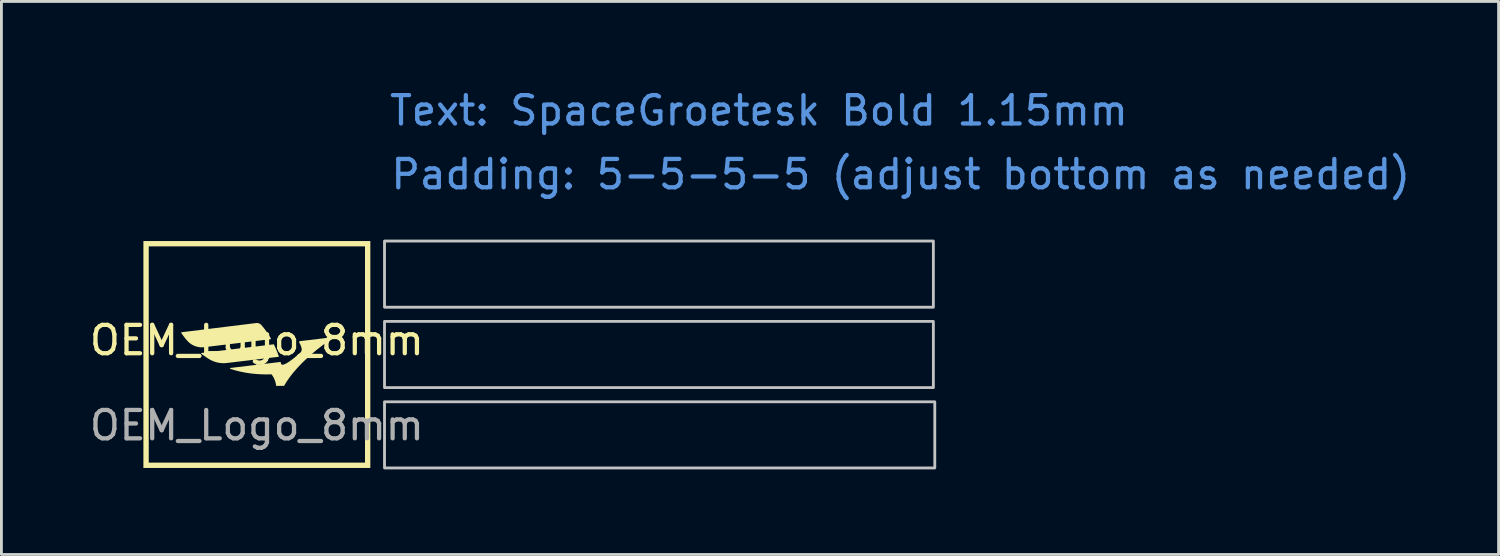
<source format=kicad_pcb>
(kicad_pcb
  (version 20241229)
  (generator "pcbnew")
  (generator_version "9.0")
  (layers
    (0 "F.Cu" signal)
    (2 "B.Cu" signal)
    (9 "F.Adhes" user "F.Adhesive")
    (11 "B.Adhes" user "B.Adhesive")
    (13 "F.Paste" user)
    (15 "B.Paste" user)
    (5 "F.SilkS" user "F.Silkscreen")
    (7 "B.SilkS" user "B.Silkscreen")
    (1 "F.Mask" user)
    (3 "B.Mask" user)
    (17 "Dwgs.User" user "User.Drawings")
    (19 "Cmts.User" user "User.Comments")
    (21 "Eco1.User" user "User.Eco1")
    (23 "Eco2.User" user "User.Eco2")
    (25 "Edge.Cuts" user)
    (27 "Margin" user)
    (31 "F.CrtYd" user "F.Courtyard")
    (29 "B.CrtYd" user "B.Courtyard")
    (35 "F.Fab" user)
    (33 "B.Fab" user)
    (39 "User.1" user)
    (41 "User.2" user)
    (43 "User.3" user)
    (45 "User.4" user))
  (footprint "OEM_Logo_8mm"
    (layer "F.Cu")
    (at 6.006 9.448)
    (property "Reference" "OEM_Logo_8mm" (at 0 -0.5 0) (unlocked yes) (layer "F.SilkS") (effects (font (size 1 1) (thickness 0.15))))
    (attr smd)
    (fp_poly (pts (xy 4 3.998) (xy -4 3.998) (xy -4 0.49) (xy -0.948 0.49) (xy -0.948 0.491) (xy -0.948 0.493) (xy -0.947 0.494) (xy -0.947 0.495) (xy -0.946 0.497) (xy -0.946 0.498) (xy -0.945 0.499) (xy -0.944 0.5) (xy -0.943 0.501) (xy -0.942 0.502) (xy -0.941 0.503) (xy -0.94 0.504) (xy -0.938 0.505) (xy -0.937 0.506) (xy -0.935 0.506) (xy -0.781 0.554) (xy -0.62 0.596) (xy -0.452 0.632) (xy -0.277 0.661) (xy -0.186 0.673) (xy -0.094 0.683) (xy 0.000041 0.691) (xy 0.096 0.697) (xy 0.194 0.701) (xy 0.294 0.703) (xy 0.395 0.703) (xy 0.499 0.7) (xy 0.501 0.7) (xy 0.503 0.7) (xy 0.505 0.7) (xy 0.506 0.701) (xy 0.508 0.701) (xy 0.51 0.702) (xy 0.511 0.702) (xy 0.511 0.702) (xy 0.512 0.702) (xy 0.513 0.703) (xy 0.514 0.703) (xy 0.514 0.704) (xy 0.515 0.704) (xy 0.516 0.704) (xy 0.517 0.705) (xy 0.517 0.705) (xy 0.518 0.706) (xy 0.52 0.707) (xy 0.521 0.709) (xy 0.522 0.71) (xy 0.523 0.711) (xy 0.539 0.732) (xy 0.559 0.763) (xy 0.582 0.802) (xy 0.594 0.824) (xy 0.606 0.849) (xy 0.618 0.874) (xy 0.629 0.902) (xy 0.64 0.931) (xy 0.649 0.961) (xy 0.658 0.992) (xy 0.665 1.025) (xy 0.67 1.059) (xy 0.674 1.093) (xy 0.674 1.094) (xy 0.674 1.095) (xy 0.674 1.096) (xy 0.674 1.097) (xy 0.675 1.097) (xy 0.675 1.098) (xy 0.676 1.099) (xy 0.676 1.1) (xy 0.677 1.101) (xy 0.678 1.101) (xy 0.678 1.102) (xy 0.679 1.103) (xy 0.68 1.104) (xy 0.682 1.105) (xy 0.684 1.106) (xy 0.685 1.107) (xy 0.687 1.108) (xy 0.688 1.109) (xy 0.69 1.11) (xy 0.691 1.11) (xy 0.945 1.11) (xy 0.945 1.11) (xy 0.946 1.11) (xy 0.947 1.11) (xy 0.947 1.11) (xy 0.948 1.11) (xy 0.948 1.11) (xy 0.949 1.11) (xy 0.95 1.109) (xy 0.95 1.109) (xy 0.951 1.109) (xy 0.951 1.109) (xy 0.952 1.109) (xy 0.952 1.108) (xy 0.953 1.108) (xy 0.953 1.108) (xy 0.953 1.108) (xy 0.954 1.107) (xy 0.954 1.107) (xy 0.955 1.106) (xy 0.956 1.105) (xy 0.957 1.105) (xy 0.957 1.104) (xy 0.958 1.103) (xy 0.959 1.102) (xy 0.96 1.101) (xy 1.004 1.025) (xy 1.051 0.95) (xy 1.101 0.876) (xy 1.153 0.803) (xy 1.264 0.66) (xy 1.382 0.522) (xy 1.505 0.389) (xy 1.631 0.261) (xy 1.758 0.14) (xy 1.885 0.026) (xy 2.009 -0.081) (xy 2.129 -0.18) (xy 2.349 -0.351) (xy 2.531 -0.483) (xy 2.659 -0.572) (xy 2.657 -0.572) (xy 2.658 -0.573) (xy 2.659 -0.574) (xy 2.66 -0.575) (xy 2.661 -0.577) (xy 2.662 -0.578) (xy 2.663 -0.579) (xy 2.663 -0.581) (xy 2.664 -0.582) (xy 2.664 -0.583) (xy 2.664 -0.585) (xy 2.664 -0.586) (xy 2.664 -0.587) (xy 2.664 -0.589) (xy 2.664 -0.59) (xy 2.663 -0.591) (xy 2.663 -0.593) (xy 2.662 -0.594) (xy 2.662 -0.595) (xy 2.661 -0.596) (xy 2.66 -0.597) (xy 2.659 -0.598) (xy 2.659 -0.599) (xy 2.658 -0.6) (xy 2.656 -0.601) (xy 2.655 -0.601) (xy 2.654 -0.602) (xy 2.653 -0.602) (xy 2.651 -0.602) (xy 2.65 -0.602) (xy 2.648 -0.602) (xy 2.647 -0.602) (xy 2.645 -0.602) (xy 1.524 -0.468) (xy 1.52 -0.468) (xy 1.517 -0.467) (xy 1.513 -0.467) (xy 1.51 -0.466) (xy 1.507 -0.465) (xy 1.505 -0.464) (xy 1.502 -0.463) (xy 1.5 -0.462) (xy 1.498 -0.46) (xy 1.496 -0.459) (xy 1.494 -0.457) (xy 1.493 -0.456) (xy 1.492 -0.454) (xy 1.49 -0.452) (xy 1.489 -0.45) (xy 1.489 -0.448) (xy 1.488 -0.447) (xy 1.487 -0.445) (xy 1.487 -0.443) (xy 1.487 -0.441) (xy 1.487 -0.438) (xy 1.487 -0.436) (xy 1.487 -0.434) (xy 1.487 -0.432) (xy 1.488 -0.43) (xy 1.488 -0.428) (xy 1.489 -0.426) (xy 1.49 -0.424) (xy 1.491 -0.422) (xy 1.492 -0.42) (xy 1.493 -0.418) (xy 1.494 -0.416) (xy 1.507 -0.393) (xy 1.516 -0.376) (xy 1.527 -0.353) (xy 1.539 -0.327) (xy 1.544 -0.311) (xy 1.55 -0.295) (xy 1.556 -0.277) (xy 1.562 -0.258) (xy 1.568 -0.238) (xy 1.573 -0.216) (xy 1.574 -0.211) (xy 1.576 -0.204) (xy 1.576 -0.196) (xy 1.577 -0.187) (xy 1.577 -0.178) (xy 1.577 -0.168) (xy 1.575 -0.157) (xy 1.573 -0.146) (xy 1.57 -0.135) (xy 1.566 -0.123) (xy 1.561 -0.111) (xy 1.558 -0.105) (xy 1.555 -0.099) (xy 1.551 -0.093) (xy 1.547 -0.087) (xy 1.543 -0.081) (xy 1.538 -0.075) (xy 1.533 -0.069) (xy 1.527 -0.063) (xy 1.521 -0.057) (xy 1.515 -0.051) (xy 1.402 0.047) (xy 1.304 0.127) (xy 1.25 0.169) (xy 1.193 0.211) (xy 1.137 0.251) (xy 1.081 0.287) (xy 1.029 0.318) (xy 0.98 0.341) (xy 0.957 0.35) (xy 0.936 0.357) (xy 0.917 0.36) (xy 0.899 0.362) (xy 0.884 0.36) (xy 0.871 0.355) (xy 0.86 0.347) (xy 0.852 0.335) (xy 0.835 0.269) (xy 0.835 0.269) (xy 0.835 0.268) (xy 0.835 0.268) (xy 0.834 0.267) (xy 0.834 0.267) (xy 0.834 0.266) (xy 0.833 0.266) (xy 0.833 0.266) (xy 0.832 0.266) (xy 0.832 0.265) (xy 0.831 0.265) (xy 0.831 0.265) (xy 0.831 0.265) (xy 0.83 0.264) (xy 0.829 0.264) (xy 0.828 0.264) (xy 0.827 0.264) (xy 0.826 0.264) (xy 0.826 0.264) (xy 0.825 0.263) (xy 0.824 0.263) (xy -0.935 0.474) (xy -0.936 0.474) (xy -0.938 0.475) (xy -0.939 0.475) (xy -0.94 0.476) (xy -0.941 0.477) (xy -0.942 0.477) (xy -0.943 0.478) (xy -0.944 0.479) (xy -0.945 0.48) (xy -0.946 0.481) (xy -0.946 0.482) (xy -0.947 0.484) (xy -0.947 0.485) (xy -0.947 0.486) (xy -0.948 0.487) (xy -0.948 0.489) (xy -0.948 0.49) (xy -4 0.49) (xy -4 -0.039) (xy -1.963 -0.039) (xy -1.963 -0.037) (xy -1.963 -0.036) (xy -1.962 -0.035) (xy -1.962 -0.034) (xy -1.962 -0.033) (xy -1.961 -0.032) (xy -1.961 -0.031) (xy -1.96 -0.03) (xy -1.959 -0.029) (xy -1.959 -0.028) (xy -1.958 -0.027) (xy -1.957 -0.026) (xy -1.925 -0.002) (xy -1.894 0.021) (xy -1.861 0.045) (xy -1.828 0.068) (xy -1.794 0.091) (xy -1.759 0.114) (xy -1.724 0.136) (xy -1.688 0.158) (xy -1.652 0.179) (xy -1.616 0.199) (xy -1.578 0.216) (xy -1.54 0.233) (xy -1.502 0.247) (xy -1.463 0.26) (xy -1.423 0.272) (xy -1.384 0.281) (xy -1.343 0.289) (xy -1.303 0.296) (xy -1.262 0.3) (xy -1.221 0.303) (xy -1.179 0.304) (xy -1.138 0.304) (xy -1.097 0.301) (xy -1.055 0.297) (xy 0.768 0.079) (xy 0.768 0.079) (xy 0.769 0.079) (xy 0.769 0.079) (xy 0.77 0.079) (xy 0.77 0.079) (xy 0.77 0.078) (xy 0.771 0.078) (xy 0.771 0.078) (xy 0.772 0.078) (xy 0.772 0.078) (xy 0.772 0.077) (xy 0.772 0.077) (xy 0.773 0.077) (xy 0.773 0.076) (xy 0.773 0.076) (xy 0.773 0.076) (xy 0.773 0.075) (xy 0.774 0.075) (xy 0.774 0.074) (xy 0.774 0.074) (xy 0.774 0.073) (xy 0.774 0.073) (xy 0.774 0.072) (xy 0.774 0.071) (xy 0.774 0.07) (xy 0.774 0.069) (xy 0.773 0.068) (xy 0.754 0.012) (xy 0.735 -0.042) (xy 0.714 -0.096) (xy 0.692 -0.15) (xy 0.67 -0.202) (xy 0.647 -0.254) (xy 0.624 -0.305) (xy 0.6 -0.356) (xy 0.6 -0.356) (xy 0.6 -0.356) (xy 0.6 -0.357) (xy 0.599 -0.357) (xy 0.599 -0.357) (xy 0.599 -0.357) (xy 0.598 -0.358) (xy 0.598 -0.358) (xy 0.598 -0.358) (xy 0.597 -0.358) (xy 0.597 -0.358) (xy 0.596 -0.358) (xy 0.596 -0.359) (xy 0.595 -0.359) (xy 0.594 -0.359) (xy 0.593 -0.359) (xy 0.593 -0.359) (xy 0.592 -0.359) (xy 0.591 -0.359) (xy 0.591 -0.359) (xy -1.947 -0.056) (xy -1.949 -0.056) (xy -1.95 -0.056) (xy -1.951 -0.055) (xy -1.952 -0.055) (xy -1.954 -0.054) (xy -1.955 -0.054) (xy -1.956 -0.053) (xy -1.957 -0.052) (xy -1.958 -0.051) (xy -1.958 -0.05) (xy -1.959 -0.049) (xy -1.96 -0.048) (xy -1.96 -0.047) (xy -1.961 -0.046) (xy -1.961 -0.045) (xy -1.962 -0.043) (xy -1.962 -0.042) (xy -1.962 -0.041) (xy -1.963 -0.04) (xy -1.963 -0.039) (xy -4 -0.039) (xy -4 -0.768) (xy -2.667 -0.768) (xy -2.667 -0.767) (xy -2.667 -0.766) (xy -2.667 -0.765) (xy -2.667 -0.764) (xy -2.666 -0.763) (xy -2.666 -0.761) (xy -2.665 -0.76) (xy -2.665 -0.759) (xy -2.664 -0.758) (xy -2.664 -0.758) (xy -2.635 -0.716) (xy -2.615 -0.687) (xy -2.591 -0.654) (xy -2.563 -0.617) (xy -2.531 -0.577) (xy -2.494 -0.533) (xy -2.453 -0.485) (xy -2.425 -0.455) (xy -2.395 -0.426) (xy -2.363 -0.399) (xy -2.33 -0.375) (xy -2.296 -0.352) (xy -2.26 -0.332) (xy -2.223 -0.314) (xy -2.185 -0.298) (xy -2.146 -0.285) (xy -2.107 -0.274) (xy -2.066 -0.265) (xy -2.026 -0.258) (xy -1.984 -0.254) (xy -1.943 -0.253) (xy -1.901 -0.254) (xy -1.859 -0.258) (xy 0.491 -0.54) (xy 0.492 -0.54) (xy 0.492 -0.54) (xy 0.493 -0.54) (xy 0.493 -0.54) (xy 0.494 -0.54) (xy 0.494 -0.541) (xy 0.494 -0.541) (xy 0.495 -0.541) (xy 0.495 -0.542) (xy 0.496 -0.542) (xy 0.496 -0.542) (xy 0.496 -0.543) (xy 0.497 -0.543) (xy 0.497 -0.543) (xy 0.497 -0.544) (xy 0.497 -0.544) (xy 0.498 -0.545) (xy 0.498 -0.545) (xy 0.498 -0.546) (xy 0.498 -0.546) (xy 0.498 -0.547) (xy 0.498 -0.548) (xy 0.498 -0.548) (xy 0.498 -0.549) (xy 0.498 -0.549) (xy 0.498 -0.55) (xy 0.498 -0.55) (xy 0.498 -0.551) (xy 0.498 -0.551) (xy 0.497 -0.552) (xy 0.497 -0.553) (xy 0.497 -0.553) (xy 0.457 -0.622) (xy 0.416 -0.689) (xy 0.374 -0.753) (xy 0.331 -0.815) (xy 0.288 -0.875) (xy 0.245 -0.932) (xy 0.201 -0.986) (xy 0.156 -1.037) (xy 0.147 -1.047) (xy 0.137 -1.056) (xy 0.127 -1.064) (xy 0.116 -1.072) (xy 0.105 -1.079) (xy 0.093 -1.086) (xy 0.082 -1.092) (xy 0.07 -1.097) (xy 0.057 -1.101) (xy 0.045 -1.105) (xy 0.032 -1.107) (xy 0.019 -1.109) (xy 0.006 -1.111) (xy -0.007 -1.111) (xy -0.02 -1.111) (xy -0.034 -1.11) (xy -2.651 -0.786) (xy -2.652 -0.786) (xy -2.653 -0.786) (xy -2.655 -0.786) (xy -2.656 -0.785) (xy -2.657 -0.785) (xy -2.658 -0.784) (xy -2.659 -0.783) (xy -2.66 -0.783) (xy -2.661 -0.782) (xy -2.661 -0.781) (xy -2.662 -0.781) (xy -2.663 -0.78) (xy -2.664 -0.779) (xy -2.664 -0.778) (xy -2.665 -0.777) (xy -2.665 -0.776) (xy -2.666 -0.775) (xy -2.666 -0.774) (xy -2.666 -0.773) (xy -2.667 -0.772) (xy -2.667 -0.77) (xy -2.667 -0.769) (xy -2.667 -0.768) (xy -4 -0.768) (xy -4 -4) (xy 4 -4)) (stroke (width 0) (type solid)) (fill yes) (layer "F.Mask"))
    (fp_poly (pts (xy 4 4) (xy -4 4) (xy -4 3.812) (xy -3.812 3.812) (xy 3.812 3.812) (xy 3.812 -3.812) (xy -3.812 -3.812) (xy -3.812 3.812) (xy -4 3.812) (xy -4 -4) (xy 4 -4)) (stroke (width 0) (type solid)) (fill yes) (layer "F.SilkS"))
    (fp_poly (pts (xy 0.008 -1.111) (xy 0.021 -1.11) (xy 0.034 -1.108) (xy 0.047 -1.105) (xy 0.059 -1.102) (xy 0.072 -1.098) (xy 0.084 -1.093) (xy 0.095 -1.087) (xy 0.107 -1.08) (xy 0.118 -1.073) (xy 0.128 -1.066) (xy 0.139 -1.057) (xy 0.149 -1.048) (xy 0.158 -1.039) (xy 0.202 -0.987) (xy 0.246 -0.933) (xy 0.29 -0.875) (xy 0.333 -0.816) (xy 0.376 -0.753) (xy 0.418 -0.689) (xy 0.459 -0.622) (xy 0.499 -0.553) (xy 0.499 -0.553) (xy 0.499 -0.552) (xy 0.499 -0.551) (xy 0.499 -0.551) (xy 0.499 -0.55) (xy 0.499 -0.55) (xy 0.498 -0.549) (xy 0.498 -0.549) (xy 0.498 -0.548) (xy 0.498 -0.548) (xy 0.497 -0.547) (xy 0.497 -0.546) (xy 0.497 -0.546) (xy 0.496 -0.545) (xy 0.496 -0.544) (xy 0.495 -0.543) (xy 0.494 -0.543) (xy 0.493 -0.542) (xy 0.493 -0.541) (xy 0.491 -0.54) (xy 0.491 -0.54) (xy -1.859 -0.258) (xy -1.901 -0.254) (xy -1.942 -0.253) (xy -1.983 -0.254) (xy -2.025 -0.258) (xy -2.065 -0.265) (xy -2.105 -0.274) (xy -2.145 -0.285) (xy -2.184 -0.298) (xy -2.222 -0.314) (xy -2.259 -0.332) (xy -2.294 -0.352) (xy -2.329 -0.375) (xy -2.362 -0.399) (xy -2.394 -0.426) (xy -2.425 -0.455) (xy -2.453 -0.485) (xy -2.474 -0.509) (xy -2.494 -0.532) (xy -2.513 -0.554) (xy -2.531 -0.576) (xy -2.547 -0.597) (xy -2.563 -0.617) (xy -2.591 -0.654) (xy -2.615 -0.687) (xy -2.635 -0.715) (xy -2.652 -0.739) (xy -2.664 -0.758) (xy -2.665 -0.759) (xy -2.665 -0.76) (xy -2.665 -0.761) (xy -2.666 -0.763) (xy -2.666 -0.764) (xy -2.666 -0.765) (xy -2.666 -0.766) (xy -2.666 -0.767) (xy -2.666 -0.768) (xy -2.666 -0.769) (xy -2.666 -0.77) (xy -2.666 -0.772) (xy -2.666 -0.773) (xy -2.665 -0.774) (xy -2.665 -0.775) (xy -2.665 -0.776) (xy -2.664 -0.777) (xy -2.664 -0.777) (xy -2.663 -0.778) (xy -2.662 -0.779) (xy -2.662 -0.78) (xy -2.661 -0.781) (xy -2.66 -0.781) (xy -2.659 -0.782) (xy -2.659 -0.783) (xy -2.658 -0.783) (xy -2.657 -0.784) (xy -2.656 -0.784) (xy -2.654 -0.784) (xy -2.653 -0.784) (xy -2.652 -0.785) (xy -2.651 -0.785) (xy -0.034 -1.108) (xy -0.032 -1.11) (xy -0.019 -1.111) (xy -0.005 -1.112)) (stroke (width 0) (type solid)) (fill yes) (layer "F.SilkS"))
    (fp_poly (pts (xy 0.593 -0.359) (xy 0.594 -0.359) (xy 0.595 -0.359) (xy 0.596 -0.359) (xy 0.597 -0.359) (xy 0.597 -0.359) (xy 0.597 -0.359) (xy 0.598 -0.358) (xy 0.598 -0.358) (xy 0.598 -0.358) (xy 0.599 -0.358) (xy 0.599 -0.358) (xy 0.599 -0.358) (xy 0.6 -0.357) (xy 0.6 -0.357) (xy 0.6 -0.357) (xy 0.601 -0.357) (xy 0.601 -0.356) (xy 0.601 -0.356) (xy 0.601 -0.356) (xy 0.602 -0.356) (xy 0.602 -0.355) (xy 0.602 -0.355) (xy 0.602 -0.355) (xy 0.602 -0.354) (xy 0.602 -0.354) (xy 0.602 -0.354) (xy 0.626 -0.303) (xy 0.649 -0.251) (xy 0.672 -0.199) (xy 0.694 -0.147) (xy 0.715 -0.094) (xy 0.736 -0.04) (xy 0.756 0.014) (xy 0.775 0.07) (xy 0.775 0.07) (xy 0.775 0.071) (xy 0.775 0.071) (xy 0.775 0.072) (xy 0.775 0.072) (xy 0.775 0.073) (xy 0.775 0.073) (xy 0.775 0.074) (xy 0.775 0.074) (xy 0.774 0.075) (xy 0.774 0.075) (xy 0.774 0.076) (xy 0.773 0.076) (xy 0.773 0.077) (xy 0.772 0.077) (xy 0.771 0.078) (xy 0.771 0.079) (xy 0.77 0.079) (xy 0.769 0.08) (xy 0.768 0.081) (xy 0.768 0.081) (xy -1.055 0.299) (xy -1.097 0.303) (xy -1.138 0.306) (xy -1.179 0.306) (xy -1.221 0.305) (xy -1.262 0.302) (xy -1.303 0.297) (xy -1.343 0.291) (xy -1.384 0.283) (xy -1.423 0.274) (xy -1.463 0.262) (xy -1.502 0.249) (xy -1.54 0.235) (xy -1.578 0.218) (xy -1.616 0.201) (xy -1.652 0.181) (xy -1.688 0.16) (xy -1.724 0.137) (xy -1.759 0.114) (xy -1.794 0.092) (xy -1.828 0.068) (xy -1.861 0.045) (xy -1.894 0.022) (xy -1.925 -0.001) (xy -1.957 -0.024) (xy -1.955 -0.024) (xy -1.956 -0.025) (xy -1.957 -0.026) (xy -1.958 -0.027) (xy -1.959 -0.028) (xy -1.96 -0.03) (xy -1.96 -0.031) (xy -1.961 -0.032) (xy -1.961 -0.033) (xy -1.962 -0.034) (xy -1.962 -0.036) (xy -1.962 -0.037) (xy -1.962 -0.038) (xy -1.962 -0.039) (xy -1.962 -0.041) (xy -1.962 -0.042) (xy -1.962 -0.043) (xy -1.961 -0.044) (xy -1.961 -0.045) (xy -1.96 -0.046) (xy -1.96 -0.047) (xy -1.959 -0.048) (xy -1.958 -0.049) (xy -1.958 -0.05) (xy -1.957 -0.051) (xy -1.956 -0.052) (xy -1.955 -0.053) (xy -1.954 -0.053) (xy -1.952 -0.054) (xy -1.951 -0.054) (xy -1.95 -0.054) (xy -1.949 -0.054) (xy -1.947 -0.055) (xy 0.593 -0.359)) (stroke (width 0) (type solid)) (fill yes) (layer "F.SilkS"))
    (fp_poly (pts (xy 2.654 -0.606) (xy 2.656 -0.606) (xy 2.657 -0.606) (xy 2.659 -0.605) (xy 2.66 -0.605) (xy 2.661 -0.604) (xy 2.662 -0.603) (xy 2.664 -0.602) (xy 2.665 -0.601) (xy 2.666 -0.6) (xy 2.666 -0.599) (xy 2.667 -0.598) (xy 2.668 -0.597) (xy 2.668 -0.596) (xy 2.669 -0.594) (xy 2.669 -0.593) (xy 2.67 -0.592) (xy 2.67 -0.59) (xy 2.67 -0.589) (xy 2.67 -0.588) (xy 2.67 -0.586) (xy 2.669 -0.585) (xy 2.669 -0.584) (xy 2.668 -0.582) (xy 2.668 -0.581) (xy 2.667 -0.58) (xy 2.666 -0.579) (xy 2.665 -0.578) (xy 2.664 -0.577) (xy 2.662 -0.576) (xy 2.535 -0.486) (xy 2.353 -0.353) (xy 2.133 -0.182) (xy 2.013 -0.083) (xy 1.888 0.024) (xy 1.762 0.138) (xy 1.634 0.259) (xy 1.508 0.387) (xy 1.386 0.52) (xy 1.268 0.658) (xy 1.157 0.801) (xy 1.055 0.948) (xy 0.963 1.099) (xy 0.963 1.099) (xy 0.963 1.1) (xy 0.962 1.1) (xy 0.961 1.101) (xy 0.959 1.102) (xy 0.958 1.102) (xy 0.957 1.103) (xy 0.956 1.103) (xy 0.954 1.104) (xy 0.952 1.105) (xy 0.95 1.106) (xy 0.948 1.106) (xy 0.692 1.106) (xy 0.692 1.106) (xy 0.691 1.106) (xy 0.69 1.106) (xy 0.689 1.106) (xy 0.688 1.106) (xy 0.687 1.106) (xy 0.687 1.106) (xy 0.686 1.105) (xy 0.685 1.105) (xy 0.684 1.105) (xy 0.684 1.104) (xy 0.683 1.104) (xy 0.682 1.104) (xy 0.682 1.103) (xy 0.681 1.103) (xy 0.68 1.102) (xy 0.68 1.102) (xy 0.679 1.101) (xy 0.679 1.101) (xy 0.678 1.1) (xy 0.678 1.1) (xy 0.678 1.099) (xy 0.677 1.098) (xy 0.677 1.098) (xy 0.677 1.097) (xy 0.676 1.096) (xy 0.676 1.095) (xy 0.676 1.095) (xy 0.676 1.094) (xy 0.676 1.093) (xy 0.676 1.092) (xy 0.675 1.091) (xy 0.674 1.074) (xy 0.672 1.057) (xy 0.669 1.04) (xy 0.666 1.023) (xy 0.663 1.007) (xy 0.659 0.991) (xy 0.65 0.959) (xy 0.64 0.929) (xy 0.63 0.9) (xy 0.618 0.873) (xy 0.607 0.847) (xy 0.595 0.823) (xy 0.583 0.8) (xy 0.571 0.78) (xy 0.56 0.761) (xy 0.549 0.745) (xy 0.54 0.731) (xy 0.525 0.709) (xy 0.524 0.708) (xy 0.523 0.707) (xy 0.521 0.706) (xy 0.52 0.704) (xy 0.519 0.703) (xy 0.517 0.702) (xy 0.516 0.702) (xy 0.514 0.701) (xy 0.513 0.7) (xy 0.511 0.7) (xy 0.509 0.699) (xy 0.507 0.699) (xy 0.506 0.698) (xy 0.504 0.698) (xy 0.502 0.698) (xy 0.501 0.698) (xy 0.397 0.701) (xy 0.295 0.701) (xy 0.195 0.699) (xy 0.097 0.695) (xy 0.001 0.689) (xy -0.094 0.681) (xy -0.186 0.671) (xy -0.277 0.659) (xy -0.365 0.646) (xy -0.452 0.63) (xy -0.537 0.613) (xy -0.62 0.595) (xy -0.702 0.575) (xy -0.781 0.553) (xy -0.935 0.506) (xy -0.937 0.506) (xy -0.938 0.505) (xy -0.939 0.504) (xy -0.94 0.503) (xy -0.942 0.502) (xy -0.942 0.501) (xy -0.943 0.5) (xy -0.944 0.499) (xy -0.945 0.498) (xy -0.945 0.497) (xy -0.945 0.495) (xy -0.946 0.494) (xy -0.946 0.493) (xy -0.946 0.491) (xy -0.946 0.49) (xy -0.946 0.489) (xy -0.946 0.487) (xy -0.945 0.486) (xy -0.945 0.485) (xy -0.944 0.484) (xy -0.944 0.482) (xy -0.943 0.481) (xy -0.942 0.48) (xy -0.941 0.479) (xy -0.94 0.478) (xy -0.939 0.477) (xy -0.938 0.477) (xy -0.937 0.476) (xy -0.936 0.475) (xy -0.934 0.475) (xy -0.933 0.474) (xy -0.931 0.474) (xy 0.828 0.263) (xy 0.828 0.263) (xy 0.829 0.263) (xy 0.829 0.263) (xy 0.829 0.263) (xy 0.83 0.263) (xy 0.83 0.263) (xy 0.831 0.263) (xy 0.831 0.263) (xy 0.831 0.263) (xy 0.832 0.263) (xy 0.832 0.263) (xy 0.833 0.263) (xy 0.833 0.264) (xy 0.833 0.264) (xy 0.834 0.264) (xy 0.834 0.264) (xy 0.834 0.264) (xy 0.835 0.265) (xy 0.835 0.265) (xy 0.835 0.265) (xy 0.836 0.265) (xy 0.836 0.266) (xy 0.836 0.266) (xy 0.836 0.266) (xy 0.837 0.267) (xy 0.837 0.267) (xy 0.837 0.267) (xy 0.837 0.268) (xy 0.837 0.268) (xy 0.837 0.268) (xy 0.837 0.269) (xy 0.837 0.269) (xy 0.846 0.301) (xy 0.85 0.316) (xy 0.854 0.331) (xy 0.862 0.344) (xy 0.872 0.352) (xy 0.885 0.358) (xy 0.9 0.36) (xy 0.917 0.359) (xy 0.937 0.356) (xy 0.957 0.35) (xy 0.98 0.341) (xy 1.004 0.331) (xy 1.029 0.318) (xy 1.082 0.288) (xy 1.137 0.252) (xy 1.194 0.212) (xy 1.25 0.17) (xy 1.305 0.128) (xy 1.403 0.047) (xy 1.517 -0.051) (xy 1.523 -0.057) (xy 1.529 -0.063) (xy 1.535 -0.069) (xy 1.54 -0.075) (xy 1.545 -0.081) (xy 1.55 -0.087) (xy 1.554 -0.093) (xy 1.558 -0.099) (xy 1.561 -0.105) (xy 1.564 -0.111) (xy 1.567 -0.117) (xy 1.569 -0.123) (xy 1.571 -0.129) (xy 1.573 -0.135) (xy 1.575 -0.141) (xy 1.576 -0.146) (xy 1.578 -0.157) (xy 1.579 -0.168) (xy 1.58 -0.178) (xy 1.58 -0.187) (xy 1.58 -0.196) (xy 1.579 -0.204) (xy 1.578 -0.211) (xy 1.577 -0.216) (xy 1.571 -0.238) (xy 1.566 -0.258) (xy 1.56 -0.277) (xy 1.554 -0.295) (xy 1.548 -0.311) (xy 1.542 -0.327) (xy 1.536 -0.341) (xy 1.531 -0.353) (xy 1.525 -0.365) (xy 1.52 -0.376) (xy 1.515 -0.385) (xy 1.51 -0.393) (xy 1.506 -0.401) (xy 1.502 -0.407) (xy 1.496 -0.416) (xy 1.498 -0.42) (xy 1.496 -0.422) (xy 1.495 -0.424) (xy 1.494 -0.426) (xy 1.494 -0.428) (xy 1.493 -0.43) (xy 1.492 -0.432) (xy 1.491 -0.434) (xy 1.491 -0.436) (xy 1.491 -0.438) (xy 1.49 -0.44) (xy 1.49 -0.442) (xy 1.491 -0.444) (xy 1.491 -0.446) (xy 1.491 -0.448) (xy 1.492 -0.45) (xy 1.492 -0.452) (xy 1.493 -0.454) (xy 1.494 -0.456) (xy 1.495 -0.458) (xy 1.497 -0.459) (xy 1.498 -0.461) (xy 1.5 -0.463) (xy 1.502 -0.464) (xy 1.504 -0.465) (xy 1.506 -0.467) (xy 1.509 -0.468) (xy 1.511 -0.469) (xy 1.514 -0.47) (xy 1.517 -0.471) (xy 1.52 -0.471) (xy 1.524 -0.472) (xy 1.528 -0.472) (xy 2.649 -0.606) (xy 2.651 -0.606) (xy 2.653 -0.606)) (stroke (width 0) (type solid)) (fill yes) (layer "F.SilkS"))
    (fp_rect (start 4.5 -4) (end 23.85 -1.667) (stroke (width 0.1) (type solid)) (fill no) (layer "Dwgs.User"))
    (fp_rect (start 4.5 -1.167) (end 23.85 1.167) (stroke (width 0.1) (type solid)) (fill no) (layer "Dwgs.User"))
    (fp_rect (start 4.5 1.667) (end 23.9 4) (stroke (width 0.1) (type solid)) (fill no) (layer "Dwgs.User"))
    (fp_text user "Padding: 5-5-5-5 (adjust bottom as needed)" (at 22.7 -6.35 0) (unlocked yes) (layer "Cmts.User") (effects (font (size 1 1) (thickness 0.15))))
    (fp_text user "Text: SpaceGroetesk Bold 1.15mm" (at 17.7 -8.6 0) (unlocked yes) (layer "Cmts.User") (effects (font (size 1 1) (thickness 0.15))))
    (fp_text user "${REFERENCE}" (at 0 2.5 0) (unlocked yes) (layer "F.Fab") (effects (font (size 1 1) (thickness 0.15)))))
  (gr_rect
    (start -3 -3)
    (end 49.783 16.498)
    (stroke (width 0.1) (type default))
    (fill no)
    (layer "Edge.Cuts")))
</source>
